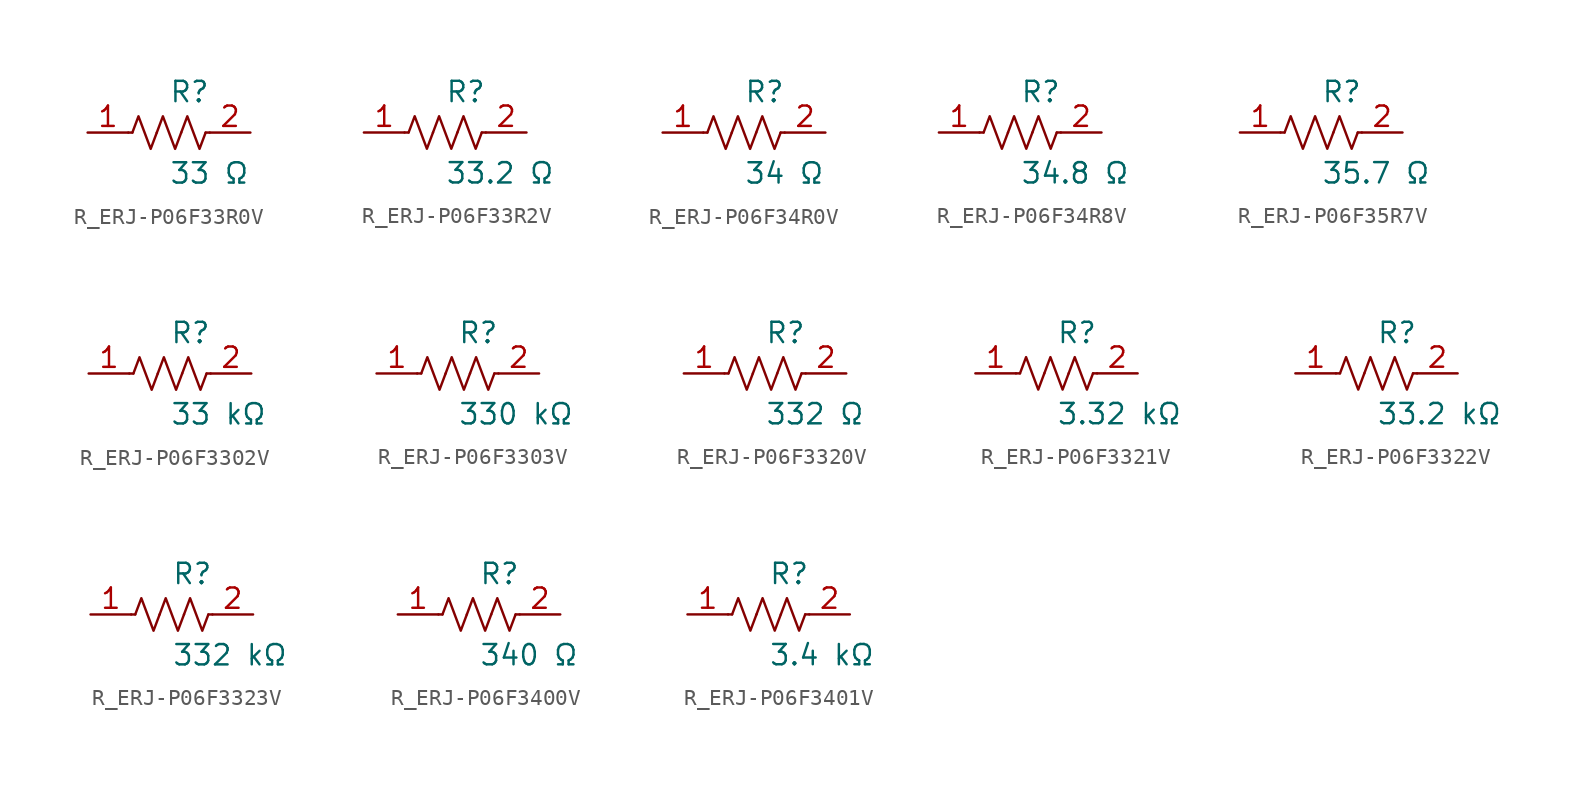
<source format=kicad_sym>
(kicad_symbol_lib
  (version 20231120)
  (generator kicad_symbol_editor)
  (generator_version 8.0)
  (symbol "R_ERJ-P06F33R0V"
    (pin_names
      (offset 0.254))
    (property "Reference" "R"
      (at 0 2.54 0)
      (effects (font (size 1.27 1.27)) (justify left)))
    (property "Value" "33 Ω"
      (at 0 -2.54 0)
      (effects (font (size 1.27 1.27)) (justify left)))
    (symbol "R_ERJ-P06F33R0V_0_1"
      (polyline (pts (xy 2.286 0) (xy 2.54 0)) (stroke (width 0) (type default)) (fill (type none)))
      (polyline (pts (xy -2.286 0) (xy -2.54 0)) (stroke (width 0) (type default)) (fill (type none)))
      (polyline (pts (xy 0.762 0) (xy 1.143 1.016) (xy 1.524 0) (xy 1.905 -1.016) (xy 2.286 0)) (stroke (width 0) (type default)) (fill (type none)))
      (polyline (pts (xy -0.762 0) (xy -0.381 1.016) (xy 0 0) (xy 0.381 -1.016) (xy 0.762 0)) (stroke (width 0) (type default)) (fill (type none)))
      (polyline (pts (xy -2.286 0) (xy -1.905 1.016) (xy -1.524 0) (xy -1.143 -1.016) (xy -0.762 0)) (stroke (width 0) (type default)) (fill (type none))))
    (pin passive line
      (at -5.08 0 0)
      (length 2.54)
      (name "" (effects (font (size 1.27 1.27))))
      (number "1" (effects (font (size 1.27 1.27)))))
    (pin passive line
      (at 5.08 0 180)
      (length 2.54)
      (name "" (effects (font (size 1.27 1.27))))
      (number "2" (effects (font (size 1.27 1.27))))))
  (symbol "R_ERJ-P06F33R2V"
    (pin_names
      (offset 0.254))
    (property "Reference" "R"
      (at 0 2.54 0)
      (effects (font (size 1.27 1.27)) (justify left)))
    (property "Value" "33.2 Ω"
      (at 0 -2.54 0)
      (effects (font (size 1.27 1.27)) (justify left)))
    (symbol "R_ERJ-P06F33R2V_0_1"
      (polyline (pts (xy 2.286 0) (xy 2.54 0)) (stroke (width 0) (type default)) (fill (type none)))
      (polyline (pts (xy -2.286 0) (xy -2.54 0)) (stroke (width 0) (type default)) (fill (type none)))
      (polyline (pts (xy 0.762 0) (xy 1.143 1.016) (xy 1.524 0) (xy 1.905 -1.016) (xy 2.286 0)) (stroke (width 0) (type default)) (fill (type none)))
      (polyline (pts (xy -0.762 0) (xy -0.381 1.016) (xy 0 0) (xy 0.381 -1.016) (xy 0.762 0)) (stroke (width 0) (type default)) (fill (type none)))
      (polyline (pts (xy -2.286 0) (xy -1.905 1.016) (xy -1.524 0) (xy -1.143 -1.016) (xy -0.762 0)) (stroke (width 0) (type default)) (fill (type none))))
    (pin passive line
      (at -5.08 0 0)
      (length 2.54)
      (name "" (effects (font (size 1.27 1.27))))
      (number "1" (effects (font (size 1.27 1.27)))))
    (pin passive line
      (at 5.08 0 180)
      (length 2.54)
      (name "" (effects (font (size 1.27 1.27))))
      (number "2" (effects (font (size 1.27 1.27))))))
  (symbol "R_ERJ-P06F34R0V"
    (pin_names
      (offset 0.254))
    (property "Reference" "R"
      (at 0 2.54 0)
      (effects (font (size 1.27 1.27)) (justify left)))
    (property "Value" "34 Ω"
      (at 0 -2.54 0)
      (effects (font (size 1.27 1.27)) (justify left)))
    (symbol "R_ERJ-P06F34R0V_0_1"
      (polyline (pts (xy 2.286 0) (xy 2.54 0)) (stroke (width 0) (type default)) (fill (type none)))
      (polyline (pts (xy -2.286 0) (xy -2.54 0)) (stroke (width 0) (type default)) (fill (type none)))
      (polyline (pts (xy 0.762 0) (xy 1.143 1.016) (xy 1.524 0) (xy 1.905 -1.016) (xy 2.286 0)) (stroke (width 0) (type default)) (fill (type none)))
      (polyline (pts (xy -0.762 0) (xy -0.381 1.016) (xy 0 0) (xy 0.381 -1.016) (xy 0.762 0)) (stroke (width 0) (type default)) (fill (type none)))
      (polyline (pts (xy -2.286 0) (xy -1.905 1.016) (xy -1.524 0) (xy -1.143 -1.016) (xy -0.762 0)) (stroke (width 0) (type default)) (fill (type none))))
    (pin passive line
      (at -5.08 0 0)
      (length 2.54)
      (name "" (effects (font (size 1.27 1.27))))
      (number "1" (effects (font (size 1.27 1.27)))))
    (pin passive line
      (at 5.08 0 180)
      (length 2.54)
      (name "" (effects (font (size 1.27 1.27))))
      (number "2" (effects (font (size 1.27 1.27))))))
  (symbol "R_ERJ-P06F34R8V"
    (pin_names
      (offset 0.254))
    (property "Reference" "R"
      (at 0 2.54 0)
      (effects (font (size 1.27 1.27)) (justify left)))
    (property "Value" "34.8 Ω"
      (at 0 -2.54 0)
      (effects (font (size 1.27 1.27)) (justify left)))
    (symbol "R_ERJ-P06F34R8V_0_1"
      (polyline (pts (xy 2.286 0) (xy 2.54 0)) (stroke (width 0) (type default)) (fill (type none)))
      (polyline (pts (xy -2.286 0) (xy -2.54 0)) (stroke (width 0) (type default)) (fill (type none)))
      (polyline (pts (xy 0.762 0) (xy 1.143 1.016) (xy 1.524 0) (xy 1.905 -1.016) (xy 2.286 0)) (stroke (width 0) (type default)) (fill (type none)))
      (polyline (pts (xy -0.762 0) (xy -0.381 1.016) (xy 0 0) (xy 0.381 -1.016) (xy 0.762 0)) (stroke (width 0) (type default)) (fill (type none)))
      (polyline (pts (xy -2.286 0) (xy -1.905 1.016) (xy -1.524 0) (xy -1.143 -1.016) (xy -0.762 0)) (stroke (width 0) (type default)) (fill (type none))))
    (pin passive line
      (at -5.08 0 0)
      (length 2.54)
      (name "" (effects (font (size 1.27 1.27))))
      (number "1" (effects (font (size 1.27 1.27)))))
    (pin passive line
      (at 5.08 0 180)
      (length 2.54)
      (name "" (effects (font (size 1.27 1.27))))
      (number "2" (effects (font (size 1.27 1.27))))))
  (symbol "R_ERJ-P06F35R7V"
    (pin_names
      (offset 0.254))
    (property "Reference" "R"
      (at 0 2.54 0)
      (effects (font (size 1.27 1.27)) (justify left)))
    (property "Value" "35.7 Ω"
      (at 0 -2.54 0)
      (effects (font (size 1.27 1.27)) (justify left)))
    (symbol "R_ERJ-P06F35R7V_0_1"
      (polyline (pts (xy 2.286 0) (xy 2.54 0)) (stroke (width 0) (type default)) (fill (type none)))
      (polyline (pts (xy -2.286 0) (xy -2.54 0)) (stroke (width 0) (type default)) (fill (type none)))
      (polyline (pts (xy 0.762 0) (xy 1.143 1.016) (xy 1.524 0) (xy 1.905 -1.016) (xy 2.286 0)) (stroke (width 0) (type default)) (fill (type none)))
      (polyline (pts (xy -0.762 0) (xy -0.381 1.016) (xy 0 0) (xy 0.381 -1.016) (xy 0.762 0)) (stroke (width 0) (type default)) (fill (type none)))
      (polyline (pts (xy -2.286 0) (xy -1.905 1.016) (xy -1.524 0) (xy -1.143 -1.016) (xy -0.762 0)) (stroke (width 0) (type default)) (fill (type none))))
    (pin passive line
      (at -5.08 0 0)
      (length 2.54)
      (name "" (effects (font (size 1.27 1.27))))
      (number "1" (effects (font (size 1.27 1.27)))))
    (pin passive line
      (at 5.08 0 180)
      (length 2.54)
      (name "" (effects (font (size 1.27 1.27))))
      (number "2" (effects (font (size 1.27 1.27))))))
  (symbol "R_ERJ-P06F3302V"
    (pin_names
      (offset 0.254))
    (property "Reference" "R"
      (at 0 2.54 0)
      (effects (font (size 1.27 1.27)) (justify left)))
    (property "Value" "33 kΩ"
      (at 0 -2.54 0)
      (effects (font (size 1.27 1.27)) (justify left)))
    (symbol "R_ERJ-P06F3302V_0_1"
      (polyline (pts (xy 2.286 0) (xy 2.54 0)) (stroke (width 0) (type default)) (fill (type none)))
      (polyline (pts (xy -2.286 0) (xy -2.54 0)) (stroke (width 0) (type default)) (fill (type none)))
      (polyline (pts (xy 0.762 0) (xy 1.143 1.016) (xy 1.524 0) (xy 1.905 -1.016) (xy 2.286 0)) (stroke (width 0) (type default)) (fill (type none)))
      (polyline (pts (xy -0.762 0) (xy -0.381 1.016) (xy 0 0) (xy 0.381 -1.016) (xy 0.762 0)) (stroke (width 0) (type default)) (fill (type none)))
      (polyline (pts (xy -2.286 0) (xy -1.905 1.016) (xy -1.524 0) (xy -1.143 -1.016) (xy -0.762 0)) (stroke (width 0) (type default)) (fill (type none))))
    (pin passive line
      (at -5.08 0 0)
      (length 2.54)
      (name "" (effects (font (size 1.27 1.27))))
      (number "1" (effects (font (size 1.27 1.27)))))
    (pin passive line
      (at 5.08 0 180)
      (length 2.54)
      (name "" (effects (font (size 1.27 1.27))))
      (number "2" (effects (font (size 1.27 1.27))))))
  (symbol "R_ERJ-P06F3303V"
    (pin_names
      (offset 0.254))
    (property "Reference" "R"
      (at 0 2.54 0)
      (effects (font (size 1.27 1.27)) (justify left)))
    (property "Value" "330 kΩ"
      (at 0 -2.54 0)
      (effects (font (size 1.27 1.27)) (justify left)))
    (symbol "R_ERJ-P06F3303V_0_1"
      (polyline (pts (xy 2.286 0) (xy 2.54 0)) (stroke (width 0) (type default)) (fill (type none)))
      (polyline (pts (xy -2.286 0) (xy -2.54 0)) (stroke (width 0) (type default)) (fill (type none)))
      (polyline (pts (xy 0.762 0) (xy 1.143 1.016) (xy 1.524 0) (xy 1.905 -1.016) (xy 2.286 0)) (stroke (width 0) (type default)) (fill (type none)))
      (polyline (pts (xy -0.762 0) (xy -0.381 1.016) (xy 0 0) (xy 0.381 -1.016) (xy 0.762 0)) (stroke (width 0) (type default)) (fill (type none)))
      (polyline (pts (xy -2.286 0) (xy -1.905 1.016) (xy -1.524 0) (xy -1.143 -1.016) (xy -0.762 0)) (stroke (width 0) (type default)) (fill (type none))))
    (pin passive line
      (at -5.08 0 0)
      (length 2.54)
      (name "" (effects (font (size 1.27 1.27))))
      (number "1" (effects (font (size 1.27 1.27)))))
    (pin passive line
      (at 5.08 0 180)
      (length 2.54)
      (name "" (effects (font (size 1.27 1.27))))
      (number "2" (effects (font (size 1.27 1.27))))))
  (symbol "R_ERJ-P06F3320V"
    (pin_names
      (offset 0.254))
    (property "Reference" "R"
      (at 0 2.54 0)
      (effects (font (size 1.27 1.27)) (justify left)))
    (property "Value" "332 Ω"
      (at 0 -2.54 0)
      (effects (font (size 1.27 1.27)) (justify left)))
    (symbol "R_ERJ-P06F3320V_0_1"
      (polyline (pts (xy 2.286 0) (xy 2.54 0)) (stroke (width 0) (type default)) (fill (type none)))
      (polyline (pts (xy -2.286 0) (xy -2.54 0)) (stroke (width 0) (type default)) (fill (type none)))
      (polyline (pts (xy 0.762 0) (xy 1.143 1.016) (xy 1.524 0) (xy 1.905 -1.016) (xy 2.286 0)) (stroke (width 0) (type default)) (fill (type none)))
      (polyline (pts (xy -0.762 0) (xy -0.381 1.016) (xy 0 0) (xy 0.381 -1.016) (xy 0.762 0)) (stroke (width 0) (type default)) (fill (type none)))
      (polyline (pts (xy -2.286 0) (xy -1.905 1.016) (xy -1.524 0) (xy -1.143 -1.016) (xy -0.762 0)) (stroke (width 0) (type default)) (fill (type none))))
    (pin passive line
      (at -5.08 0 0)
      (length 2.54)
      (name "" (effects (font (size 1.27 1.27))))
      (number "1" (effects (font (size 1.27 1.27)))))
    (pin passive line
      (at 5.08 0 180)
      (length 2.54)
      (name "" (effects (font (size 1.27 1.27))))
      (number "2" (effects (font (size 1.27 1.27))))))
  (symbol "R_ERJ-P06F3321V"
    (pin_names
      (offset 0.254))
    (property "Reference" "R"
      (at 0 2.54 0)
      (effects (font (size 1.27 1.27)) (justify left)))
    (property "Value" "3.32 kΩ"
      (at 0 -2.54 0)
      (effects (font (size 1.27 1.27)) (justify left)))
    (symbol "R_ERJ-P06F3321V_0_1"
      (polyline (pts (xy 2.286 0) (xy 2.54 0)) (stroke (width 0) (type default)) (fill (type none)))
      (polyline (pts (xy -2.286 0) (xy -2.54 0)) (stroke (width 0) (type default)) (fill (type none)))
      (polyline (pts (xy 0.762 0) (xy 1.143 1.016) (xy 1.524 0) (xy 1.905 -1.016) (xy 2.286 0)) (stroke (width 0) (type default)) (fill (type none)))
      (polyline (pts (xy -0.762 0) (xy -0.381 1.016) (xy 0 0) (xy 0.381 -1.016) (xy 0.762 0)) (stroke (width 0) (type default)) (fill (type none)))
      (polyline (pts (xy -2.286 0) (xy -1.905 1.016) (xy -1.524 0) (xy -1.143 -1.016) (xy -0.762 0)) (stroke (width 0) (type default)) (fill (type none))))
    (pin passive line
      (at -5.08 0 0)
      (length 2.54)
      (name "" (effects (font (size 1.27 1.27))))
      (number "1" (effects (font (size 1.27 1.27)))))
    (pin passive line
      (at 5.08 0 180)
      (length 2.54)
      (name "" (effects (font (size 1.27 1.27))))
      (number "2" (effects (font (size 1.27 1.27))))))
  (symbol "R_ERJ-P06F3322V"
    (pin_names
      (offset 0.254))
    (property "Reference" "R"
      (at 0 2.54 0)
      (effects (font (size 1.27 1.27)) (justify left)))
    (property "Value" "33.2 kΩ"
      (at 0 -2.54 0)
      (effects (font (size 1.27 1.27)) (justify left)))
    (symbol "R_ERJ-P06F3322V_0_1"
      (polyline (pts (xy 2.286 0) (xy 2.54 0)) (stroke (width 0) (type default)) (fill (type none)))
      (polyline (pts (xy -2.286 0) (xy -2.54 0)) (stroke (width 0) (type default)) (fill (type none)))
      (polyline (pts (xy 0.762 0) (xy 1.143 1.016) (xy 1.524 0) (xy 1.905 -1.016) (xy 2.286 0)) (stroke (width 0) (type default)) (fill (type none)))
      (polyline (pts (xy -0.762 0) (xy -0.381 1.016) (xy 0 0) (xy 0.381 -1.016) (xy 0.762 0)) (stroke (width 0) (type default)) (fill (type none)))
      (polyline (pts (xy -2.286 0) (xy -1.905 1.016) (xy -1.524 0) (xy -1.143 -1.016) (xy -0.762 0)) (stroke (width 0) (type default)) (fill (type none))))
    (pin passive line
      (at -5.08 0 0)
      (length 2.54)
      (name "" (effects (font (size 1.27 1.27))))
      (number "1" (effects (font (size 1.27 1.27)))))
    (pin passive line
      (at 5.08 0 180)
      (length 2.54)
      (name "" (effects (font (size 1.27 1.27))))
      (number "2" (effects (font (size 1.27 1.27))))))
  (symbol "R_ERJ-P06F3323V"
    (pin_names
      (offset 0.254))
    (property "Reference" "R"
      (at 0 2.54 0)
      (effects (font (size 1.27 1.27)) (justify left)))
    (property "Value" "332 kΩ"
      (at 0 -2.54 0)
      (effects (font (size 1.27 1.27)) (justify left)))
    (symbol "R_ERJ-P06F3323V_0_1"
      (polyline (pts (xy 2.286 0) (xy 2.54 0)) (stroke (width 0) (type default)) (fill (type none)))
      (polyline (pts (xy -2.286 0) (xy -2.54 0)) (stroke (width 0) (type default)) (fill (type none)))
      (polyline (pts (xy 0.762 0) (xy 1.143 1.016) (xy 1.524 0) (xy 1.905 -1.016) (xy 2.286 0)) (stroke (width 0) (type default)) (fill (type none)))
      (polyline (pts (xy -0.762 0) (xy -0.381 1.016) (xy 0 0) (xy 0.381 -1.016) (xy 0.762 0)) (stroke (width 0) (type default)) (fill (type none)))
      (polyline (pts (xy -2.286 0) (xy -1.905 1.016) (xy -1.524 0) (xy -1.143 -1.016) (xy -0.762 0)) (stroke (width 0) (type default)) (fill (type none))))
    (pin passive line
      (at -5.08 0 0)
      (length 2.54)
      (name "" (effects (font (size 1.27 1.27))))
      (number "1" (effects (font (size 1.27 1.27)))))
    (pin passive line
      (at 5.08 0 180)
      (length 2.54)
      (name "" (effects (font (size 1.27 1.27))))
      (number "2" (effects (font (size 1.27 1.27))))))
  (symbol "R_ERJ-P06F3400V"
    (pin_names
      (offset 0.254))
    (property "Reference" "R"
      (at 0 2.54 0)
      (effects (font (size 1.27 1.27)) (justify left)))
    (property "Value" "340 Ω"
      (at 0 -2.54 0)
      (effects (font (size 1.27 1.27)) (justify left)))
    (symbol "R_ERJ-P06F3400V_0_1"
      (polyline (pts (xy 2.286 0) (xy 2.54 0)) (stroke (width 0) (type default)) (fill (type none)))
      (polyline (pts (xy -2.286 0) (xy -2.54 0)) (stroke (width 0) (type default)) (fill (type none)))
      (polyline (pts (xy 0.762 0) (xy 1.143 1.016) (xy 1.524 0) (xy 1.905 -1.016) (xy 2.286 0)) (stroke (width 0) (type default)) (fill (type none)))
      (polyline (pts (xy -0.762 0) (xy -0.381 1.016) (xy 0 0) (xy 0.381 -1.016) (xy 0.762 0)) (stroke (width 0) (type default)) (fill (type none)))
      (polyline (pts (xy -2.286 0) (xy -1.905 1.016) (xy -1.524 0) (xy -1.143 -1.016) (xy -0.762 0)) (stroke (width 0) (type default)) (fill (type none))))
    (pin passive line
      (at -5.08 0 0)
      (length 2.54)
      (name "" (effects (font (size 1.27 1.27))))
      (number "1" (effects (font (size 1.27 1.27)))))
    (pin passive line
      (at 5.08 0 180)
      (length 2.54)
      (name "" (effects (font (size 1.27 1.27))))
      (number "2" (effects (font (size 1.27 1.27))))))
  (symbol "R_ERJ-P06F3401V"
    (pin_names
      (offset 0.254))
    (property "Reference" "R"
      (at 0 2.54 0)
      (effects (font (size 1.27 1.27)) (justify left)))
    (property "Value" "3.4 kΩ"
      (at 0 -2.54 0)
      (effects (font (size 1.27 1.27)) (justify left)))
    (symbol "R_ERJ-P06F3401V_0_1"
      (polyline (pts (xy 2.286 0) (xy 2.54 0)) (stroke (width 0) (type default)) (fill (type none)))
      (polyline (pts (xy -2.286 0) (xy -2.54 0)) (stroke (width 0) (type default)) (fill (type none)))
      (polyline (pts (xy 0.762 0) (xy 1.143 1.016) (xy 1.524 0) (xy 1.905 -1.016) (xy 2.286 0)) (stroke (width 0) (type default)) (fill (type none)))
      (polyline (pts (xy -0.762 0) (xy -0.381 1.016) (xy 0 0) (xy 0.381 -1.016) (xy 0.762 0)) (stroke (width 0) (type default)) (fill (type none)))
      (polyline (pts (xy -2.286 0) (xy -1.905 1.016) (xy -1.524 0) (xy -1.143 -1.016) (xy -0.762 0)) (stroke (width 0) (type default)) (fill (type none))))
    (pin passive line
      (at -5.08 0 0)
      (length 2.54)
      (name "" (effects (font (size 1.27 1.27))))
      (number "1" (effects (font (size 1.27 1.27)))))
    (pin passive line
      (at 5.08 0 180)
      (length 2.54)
      (name "" (effects (font (size 1.27 1.27))))
      (number "2" (effects (font (size 1.27 1.27)))))))
</source>
